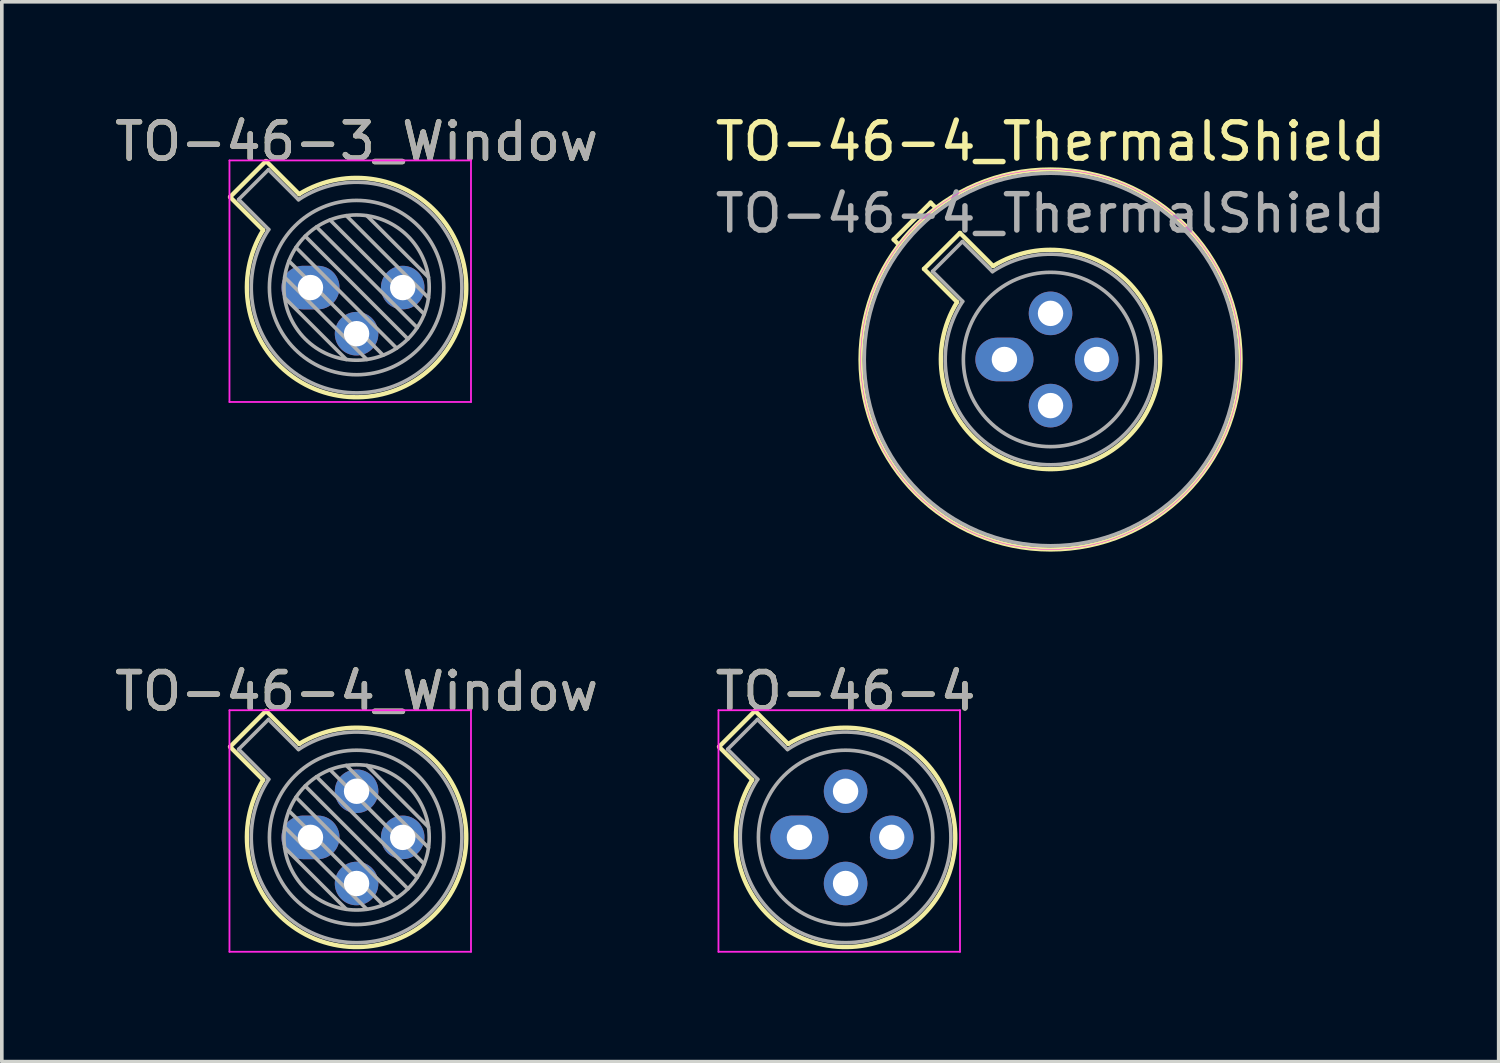
<source format=kicad_pcb>
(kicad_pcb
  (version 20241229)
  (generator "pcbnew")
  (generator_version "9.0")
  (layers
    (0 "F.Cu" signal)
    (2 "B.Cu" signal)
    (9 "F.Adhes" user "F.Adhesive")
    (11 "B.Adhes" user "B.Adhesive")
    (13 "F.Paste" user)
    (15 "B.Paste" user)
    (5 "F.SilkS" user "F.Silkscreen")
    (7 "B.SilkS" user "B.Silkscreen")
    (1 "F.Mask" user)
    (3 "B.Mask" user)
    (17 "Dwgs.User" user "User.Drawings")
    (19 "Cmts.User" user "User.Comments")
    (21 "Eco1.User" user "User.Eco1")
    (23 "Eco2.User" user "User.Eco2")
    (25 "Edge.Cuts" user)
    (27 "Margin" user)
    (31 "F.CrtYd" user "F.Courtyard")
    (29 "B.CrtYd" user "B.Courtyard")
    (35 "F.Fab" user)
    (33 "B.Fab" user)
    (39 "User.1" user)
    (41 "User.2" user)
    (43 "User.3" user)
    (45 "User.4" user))
  (footprint "TO-46-4_Window"
    (layer "F.Cu")
    (at 5.498 20.006)
    (property "Reference" "TO-46-4_Window" (at 1.27 -4.02 0) (layer "F.SilkS") (effects (font (size 1 1) (thickness 0.15))))
    (attr through_hole)
    (fp_line (start -2.214 -2.494) (end -1.302 -1.582) (stroke (width 0.12) (type solid)) (layer "F.SilkS"))
    (fp_line (start -1.224 -3.484) (end -2.214 -2.494) (stroke (width 0.12) (type solid)) (layer "F.SilkS"))
    (fp_line (start -0.312 -2.572) (end -1.224 -3.484) (stroke (width 0.12) (type solid)) (layer "F.SilkS"))
    (fp_arc (start -0.312331 -2.572281) (mid 3.405374 2.135551) (end -1.30215 -1.582544) (stroke (width 0.12) (type solid)) (layer "F.SilkS"))
    (fp_line (start -2.23 -3.5) (end -2.23 3.15) (stroke (width 0.05) (type solid)) (layer "F.CrtYd"))
    (fp_line (start -2.23 3.15) (end 4.42 3.15) (stroke (width 0.05) (type solid)) (layer "F.CrtYd"))
    (fp_line (start 4.42 -3.5) (end -2.23 -3.5) (stroke (width 0.05) (type solid)) (layer "F.CrtYd"))
    (fp_line (start 4.42 3.15) (end 4.42 -3.5) (stroke (width 0.05) (type solid)) (layer "F.CrtYd"))
    (fp_line (start -1.977 -2.426) (end -1.149 -1.599) (stroke (width 0.1) (type solid)) (layer "F.Fab"))
    (fp_line (start -1.156 -3.247) (end -1.977 -2.426) (stroke (width 0.1) (type solid)) (layer "F.Fab"))
    (fp_line (start -0.71 -0.283) (end 1.553 1.98) (stroke (width 0.1) (type solid)) (layer "F.Fab"))
    (fp_line (start -0.71 0.283) (end 0.987 1.98) (stroke (width 0.1) (type solid)) (layer "F.Fab"))
    (fp_line (start -0.592 -0.731) (end 2.001 1.862) (stroke (width 0.1) (type solid)) (layer "F.Fab"))
    (fp_line (start -0.399 -1.103) (end 2.373 1.669) (stroke (width 0.1) (type solid)) (layer "F.Fab"))
    (fp_line (start -0.329 -2.419) (end -1.156 -3.247) (stroke (width 0.1) (type solid)) (layer "F.Fab"))
    (fp_line (start -0.145 -1.415) (end 2.685 1.415) (stroke (width 0.1) (type solid)) (layer "F.Fab"))
    (fp_line (start 0.167 -1.669) (end 2.939 1.103) (stroke (width 0.1) (type solid)) (layer "F.Fab"))
    (fp_line (start 0.539 -1.862) (end 3.132 0.731) (stroke (width 0.1) (type solid)) (layer "F.Fab"))
    (fp_line (start 0.987 -1.98) (end 3.25 0.283) (stroke (width 0.1) (type solid)) (layer "F.Fab"))
    (fp_line (start 1.553 -1.98) (end 3.25 -0.283) (stroke (width 0.1) (type solid)) (layer "F.Fab"))
    (fp_arc (start -0.329057 -2.419301) (mid 3.321076 2.050143) (end -1.150029 -1.597956) (stroke (width 0.1) (type solid)) (layer "F.Fab"))
    (fp_circle (center 1.27 0) (end 3.27 0) (stroke (width 0.1) (type solid)) (fill no) (layer "F.Fab"))
    (fp_circle (center 1.27 0) (end 3.67 0) (stroke (width 0.1) (type solid)) (fill no) (layer "F.Fab"))
    (fp_text user "${REFERENCE}" (at 1.27 -4.02 0) (layer "F.Fab") (effects (font (size 1 1) (thickness 0.15))))
    (pad "1" thru_hole oval (at 0 0) (size 1.6 1.2) (drill 0.7) (layers "*.Cu" "*.Mask"))
    (pad "2" thru_hole oval (at 1.27 1.27) (size 1.2 1.2) (drill 0.7) (layers "*.Cu" "*.Mask"))
    (pad "3" thru_hole oval (at 2.54 0) (size 1.2 1.2) (drill 0.7) (layers "*.Cu" "*.Mask"))
    (pad "4" thru_hole oval (at 1.27 -1.27) (size 1.2 1.2) (drill 0.7) (layers "*.Cu" "*.Mask")))
  (footprint "TO-46-4_ThermalShield"
    (layer "F.Cu")
    (at 24.605 6.848)
    (property "Reference" "TO-46-4_ThermalShield" (at 1.27 -6 0) (layer "F.SilkS") (effects (font (size 1 1) (thickness 0.15))))
    (fp_line (start -3.048 -3.302) (end -2.921 -3.175) (stroke (width 0.12) (type solid)) (layer "F.SilkS"))
    (fp_line (start -3.048 -3.302) (end -2.032 -4.318) (stroke (width 0.12) (type solid)) (layer "F.SilkS"))
    (fp_line (start -2.214 -2.494) (end -1.302 -1.582) (stroke (width 0.12) (type solid)) (layer "F.SilkS"))
    (fp_line (start -2.032 -4.318) (end -1.905 -4.191) (stroke (width 0.12) (type solid)) (layer "F.SilkS"))
    (fp_line (start -1.224 -3.484) (end -2.214 -2.494) (stroke (width 0.12) (type solid)) (layer "F.SilkS"))
    (fp_line (start -0.312 -2.572) (end -1.224 -3.484) (stroke (width 0.12) (type solid)) (layer "F.SilkS"))
    (fp_arc (start -0.312331 -2.572281) (mid 3.405374 2.135551) (end -1.30215 -1.582544) (stroke (width 0.12) (type solid)) (layer "F.SilkS"))
    (fp_circle (center 1.27 0) (end 6.5 0) (stroke (width 0.12) (type solid)) (fill no) (layer "F.SilkS"))
    (fp_circle (center 1.27 0) (end 6.5 0) (stroke (width 0.013) (type solid)) (fill no) (layer "F.CrtYd"))
    (fp_line (start -1.977 -2.426) (end -1.149 -1.599) (stroke (width 0.1) (type solid)) (layer "F.Fab"))
    (fp_line (start -1.156 -3.247) (end -1.977 -2.426) (stroke (width 0.1) (type solid)) (layer "F.Fab"))
    (fp_line (start -0.329 -2.419) (end -1.156 -3.247) (stroke (width 0.1) (type solid)) (layer "F.Fab"))
    (fp_arc (start -0.329057 -2.419301) (mid 3.321076 2.050143) (end -1.150029 -1.597956) (stroke (width 0.1) (type solid)) (layer "F.Fab"))
    (fp_circle (center 1.27 0) (end 3.67 0) (stroke (width 0.1) (type solid)) (fill no) (layer "F.Fab"))
    (fp_circle (center 1.27 0) (end 6.4 0) (stroke (width 0.1) (type solid)) (fill no) (layer "F.Fab"))
    (fp_text user "${REFERENCE}" (at 1.27 -4.02 0) (layer "F.Fab") (effects (font (size 1 1) (thickness 0.15))))
    (pad "1" thru_hole oval (at 0 0) (size 1.6 1.2) (drill 0.7) (layers "*.Cu" "*.Mask"))
    (pad "2" thru_hole oval (at 1.27 1.27) (size 1.2 1.2) (drill 0.7) (layers "*.Cu" "*.Mask"))
    (pad "3" thru_hole oval (at 2.54 0) (size 1.2 1.2) (drill 0.7) (layers "*.Cu" "*.Mask"))
    (pad "4" thru_hole oval (at 1.27 -1.27) (size 1.2 1.2) (drill 0.7) (layers "*.Cu" "*.Mask")))
  (footprint "TO-46-4"
    (layer "F.Cu")
    (at 18.962 20.006)
    (property "Reference" "TO-46-4" (at 1.27 -4.02 0) (layer "F.SilkS") (effects (font (size 1 1) (thickness 0.15))))
    (attr through_hole)
    (fp_line (start -2.214 -2.494) (end -1.302 -1.582) (stroke (width 0.12) (type solid)) (layer "F.SilkS"))
    (fp_line (start -1.224 -3.484) (end -2.214 -2.494) (stroke (width 0.12) (type solid)) (layer "F.SilkS"))
    (fp_line (start -0.312 -2.572) (end -1.224 -3.484) (stroke (width 0.12) (type solid)) (layer "F.SilkS"))
    (fp_arc (start -0.312331 -2.572281) (mid 3.405374 2.135551) (end -1.30215 -1.582544) (stroke (width 0.12) (type solid)) (layer "F.SilkS"))
    (fp_line (start -2.23 -3.5) (end -2.23 3.15) (stroke (width 0.05) (type solid)) (layer "F.CrtYd"))
    (fp_line (start -2.23 3.15) (end 4.42 3.15) (stroke (width 0.05) (type solid)) (layer "F.CrtYd"))
    (fp_line (start 4.42 -3.5) (end -2.23 -3.5) (stroke (width 0.05) (type solid)) (layer "F.CrtYd"))
    (fp_line (start 4.42 3.15) (end 4.42 -3.5) (stroke (width 0.05) (type solid)) (layer "F.CrtYd"))
    (fp_line (start -1.977 -2.426) (end -1.149 -1.599) (stroke (width 0.1) (type solid)) (layer "F.Fab"))
    (fp_line (start -1.156 -3.247) (end -1.977 -2.426) (stroke (width 0.1) (type solid)) (layer "F.Fab"))
    (fp_line (start -0.329 -2.419) (end -1.156 -3.247) (stroke (width 0.1) (type solid)) (layer "F.Fab"))
    (fp_arc (start -0.329057 -2.419301) (mid 3.321076 2.050143) (end -1.150029 -1.597956) (stroke (width 0.1) (type solid)) (layer "F.Fab"))
    (fp_circle (center 1.27 0) (end 3.67 0) (stroke (width 0.1) (type solid)) (fill no) (layer "F.Fab"))
    (fp_text user "${REFERENCE}" (at 1.27 -4.02 0) (layer "F.Fab") (effects (font (size 1 1) (thickness 0.15))))
    (pad "1" thru_hole oval (at 0 0) (size 1.6 1.2) (drill 0.7) (layers "*.Cu" "*.Mask"))
    (pad "2" thru_hole oval (at 1.27 1.27) (size 1.2 1.2) (drill 0.7) (layers "*.Cu" "*.Mask"))
    (pad "3" thru_hole oval (at 2.54 0) (size 1.2 1.2) (drill 0.7) (layers "*.Cu" "*.Mask"))
    (pad "4" thru_hole oval (at 1.27 -1.27) (size 1.2 1.2) (drill 0.7) (layers "*.Cu" "*.Mask")))
  (footprint "TO-46-3_Window"
    (layer "F.Cu")
    (at 5.498 4.868)
    (property "Reference" "TO-46-3_Window" (at 1.27 -4.02 0) (layer "F.SilkS") (effects (font (size 1 1) (thickness 0.15))))
    (attr through_hole)
    (fp_line (start -2.214 -2.494) (end -1.302 -1.582) (stroke (width 0.12) (type solid)) (layer "F.SilkS"))
    (fp_line (start -1.224 -3.484) (end -2.214 -2.494) (stroke (width 0.12) (type solid)) (layer "F.SilkS"))
    (fp_line (start -0.312 -2.572) (end -1.224 -3.484) (stroke (width 0.12) (type solid)) (layer "F.SilkS"))
    (fp_arc (start -0.312331 -2.572281) (mid 3.405374 2.135551) (end -1.30215 -1.582544) (stroke (width 0.12) (type solid)) (layer "F.SilkS"))
    (fp_line (start -2.23 -3.5) (end -2.23 3.15) (stroke (width 0.05) (type solid)) (layer "F.CrtYd"))
    (fp_line (start -2.23 3.15) (end 4.42 3.15) (stroke (width 0.05) (type solid)) (layer "F.CrtYd"))
    (fp_line (start 4.42 -3.5) (end -2.23 -3.5) (stroke (width 0.05) (type solid)) (layer "F.CrtYd"))
    (fp_line (start 4.42 3.15) (end 4.42 -3.5) (stroke (width 0.05) (type solid)) (layer "F.CrtYd"))
    (fp_line (start -1.977 -2.426) (end -1.149 -1.599) (stroke (width 0.1) (type solid)) (layer "F.Fab"))
    (fp_line (start -1.156 -3.247) (end -1.977 -2.426) (stroke (width 0.1) (type solid)) (layer "F.Fab"))
    (fp_line (start -0.71 -0.283) (end 1.553 1.98) (stroke (width 0.1) (type solid)) (layer "F.Fab"))
    (fp_line (start -0.71 0.283) (end 0.987 1.98) (stroke (width 0.1) (type solid)) (layer "F.Fab"))
    (fp_line (start -0.592 -0.731) (end 2.001 1.862) (stroke (width 0.1) (type solid)) (layer "F.Fab"))
    (fp_line (start -0.399 -1.103) (end 2.373 1.669) (stroke (width 0.1) (type solid)) (layer "F.Fab"))
    (fp_line (start -0.329 -2.419) (end -1.156 -3.247) (stroke (width 0.1) (type solid)) (layer "F.Fab"))
    (fp_line (start -0.145 -1.415) (end 2.685 1.415) (stroke (width 0.1) (type solid)) (layer "F.Fab"))
    (fp_line (start 0.167 -1.669) (end 2.939 1.103) (stroke (width 0.1) (type solid)) (layer "F.Fab"))
    (fp_line (start 0.539 -1.862) (end 3.132 0.731) (stroke (width 0.1) (type solid)) (layer "F.Fab"))
    (fp_line (start 0.987 -1.98) (end 3.25 0.283) (stroke (width 0.1) (type solid)) (layer "F.Fab"))
    (fp_line (start 1.553 -1.98) (end 3.25 -0.283) (stroke (width 0.1) (type solid)) (layer "F.Fab"))
    (fp_arc (start -0.329057 -2.419301) (mid 3.321076 2.050143) (end -1.150029 -1.597956) (stroke (width 0.1) (type solid)) (layer "F.Fab"))
    (fp_circle (center 1.27 0) (end 3.27 0) (stroke (width 0.1) (type solid)) (fill no) (layer "F.Fab"))
    (fp_circle (center 1.27 0) (end 3.67 0) (stroke (width 0.1) (type solid)) (fill no) (layer "F.Fab"))
    (fp_text user "${REFERENCE}" (at 1.27 -4.02 0) (layer "F.Fab") (effects (font (size 1 1) (thickness 0.15))))
    (pad "1" thru_hole oval (at 0 0) (size 1.6 1.2) (drill 0.7) (layers "*.Cu" "*.Mask"))
    (pad "2" thru_hole oval (at 1.27 1.27) (size 1.2 1.2) (drill 0.7) (layers "*.Cu" "*.Mask"))
    (pad "3" thru_hole oval (at 2.54 0) (size 1.2 1.2) (drill 0.7) (layers "*.Cu" "*.Mask")))
  (gr_rect
    (start -3 -3)
    (end 38.214 26.181)
    (stroke (width 0.1) (type default))
    (fill no)
    (layer "Edge.Cuts")))
</source>
